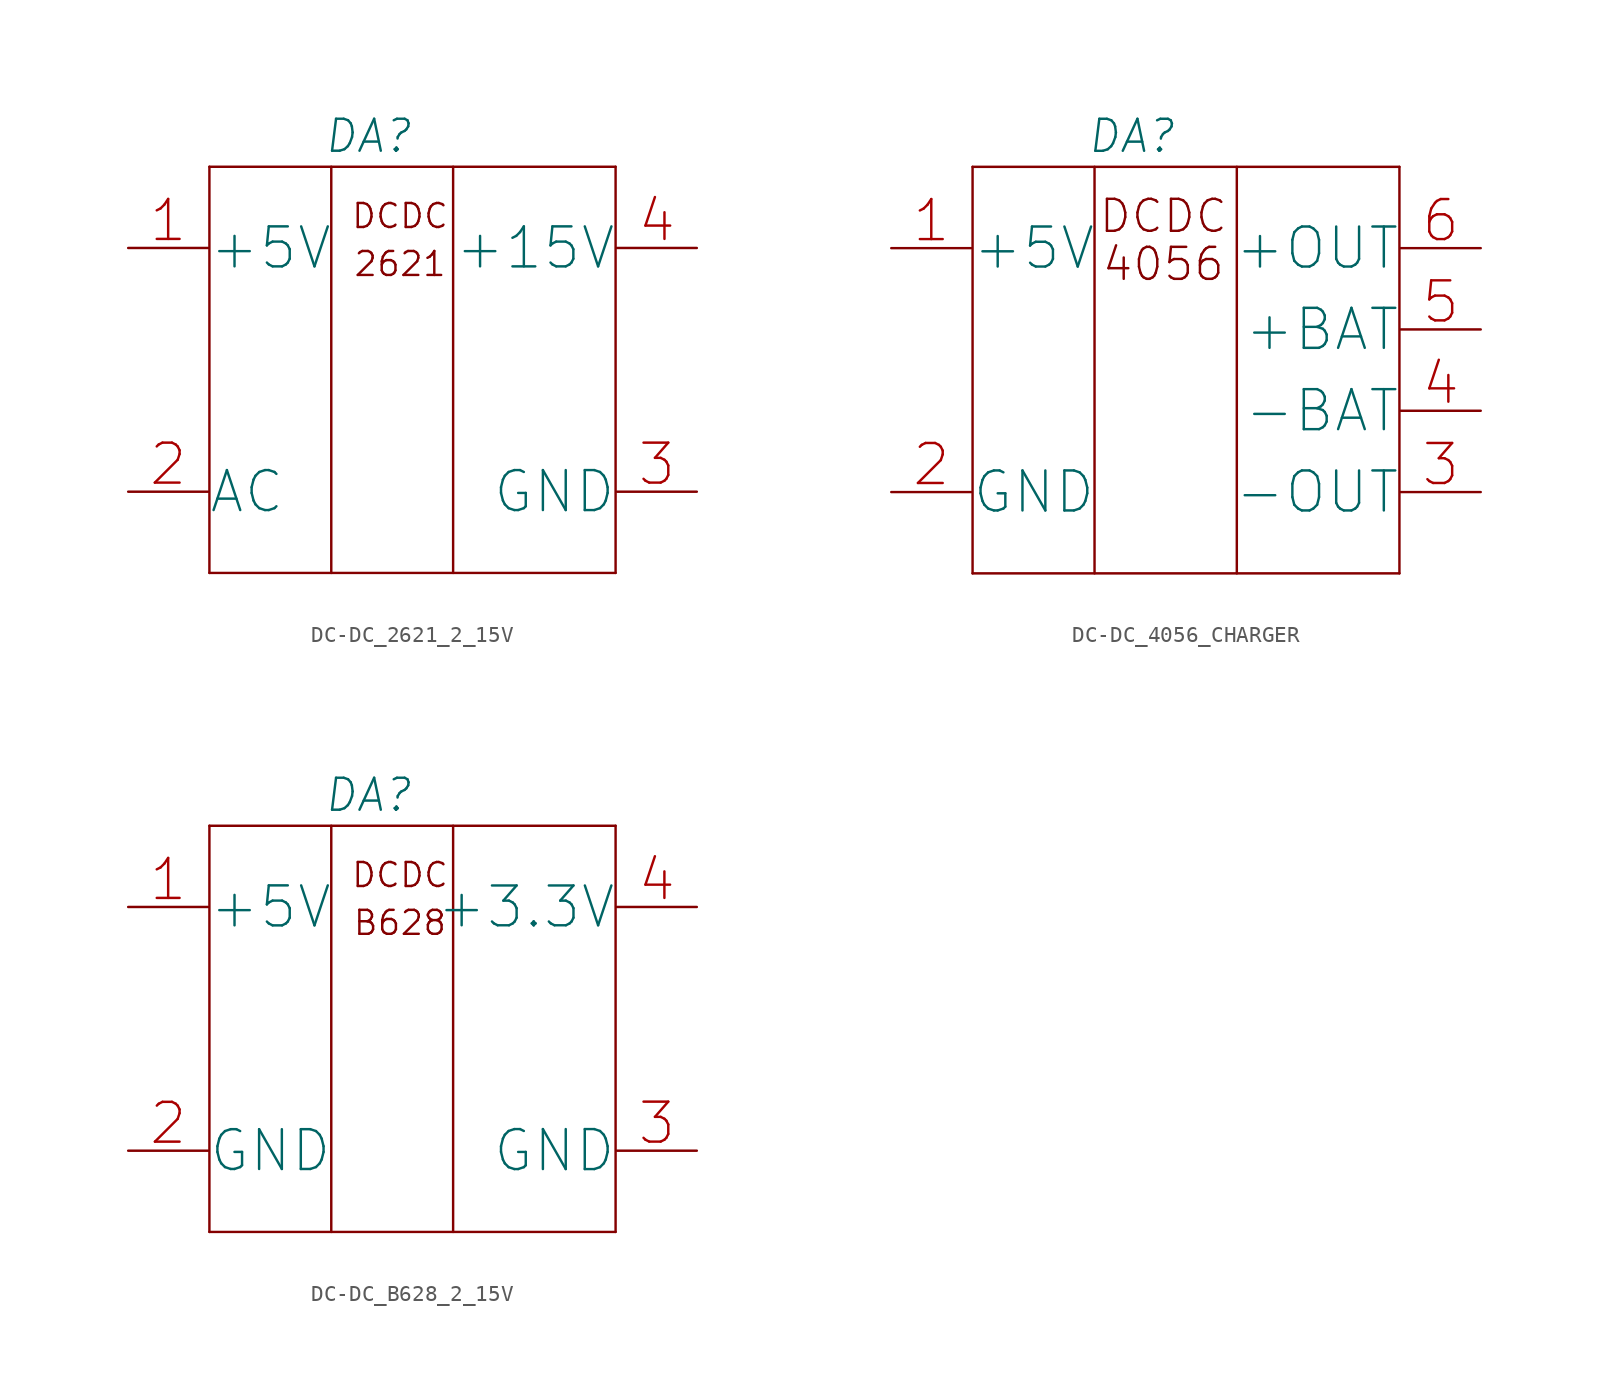
<source format=kicad_sym>
(kicad_symbol_lib
  (version 20201005)
  (generator kicad_symbol_editor)
  (symbol "power_modules:DC-DC_2621_2_15V"
    (pin_names
      (offset 0.002))
    (property "Reference" "DA"
      (at 15 7 0)
      (effects (font (size 2 2) italic)))
    (symbol "DC-DC_2621_2_15V_0_0"
      (text "DCDC" (at 17 2 0) (effects (font (size 1.5 1.5))))
      (text "2621" (at 17 -1 0) (effects (font (size 1.5 1.5))))
      (polyline (pts (xy 5.08 5.08) (xy 30.48 5.08)) (stroke (width 0)) (fill (type none)))
      (polyline (pts (xy 5.08 -20.32) (xy 30.48 -20.32)) (stroke (width 0)) (fill (type none)))
      (pin power_in line (at 0 0 0) (length 5) (name "+5V" (effects (font (size 2.5 2.5)))) (number "1" (effects (font (size 2.5 2.5))))))
    (symbol "DC-DC_2621_2_15V_0_1"
      (polyline (pts (xy 5.08 -20.32) (xy 5.08 5.08)) (stroke (width 0)) (fill (type none)))
      (polyline (pts (xy 12.7 5.08) (xy 12.7 -20.32)) (stroke (width 0)) (fill (type none)))
      (polyline (pts (xy 20.32 -20.32) (xy 20.32 5.08)) (stroke (width 0)) (fill (type none)))
      (polyline (pts (xy 30.48 5.08) (xy 30.48 -20.32)) (stroke (width 0)) (fill (type none))))
    (symbol "DC-DC_2621_2_15V_1_1"
      (pin power_in line (at 0 -15.24 0) (length 5) (name "AC" (effects (font (size 2.5 2.5)))) (number "2" (effects (font (size 2.5 2.5)))))
      (pin power_out line (at 35.56 0 180) (length 5) (name "+15V" (effects (font (size 2.5 2.5)))) (number "4" (effects (font (size 2.5 2.5)))))
      (pin power_out line (at 35.56 -15.24 180) (length 5) (name "GND" (effects (font (size 2.5 2.5)))) (number "3" (effects (font (size 2.5 2.5)))))))
  (symbol "power_modules:DC-DC_4056_CHARGER"
    (pin_names
      (offset 0.002))
    (property "Reference" "DA"
      (at 15 7 0)
      (effects (font (size 2 2) italic)))
    (symbol "DC-DC_4056_CHARGER_0_0"
      (text "DCDC" (at 17 2 0) (effects (font (size 2 2))))
      (text "4056" (at 17 -1 0) (effects (font (size 2 2))))
      (text "" (at 25 -5 0) (effects (font (size 1 1))))
      (text "" (at 33 0 0) (effects (font (size 1 1))))
      (text "" (at 34 0 0) (effects (font (size 1 1))))
      (polyline (pts (xy 5.08 5.08) (xy 31.75 5.08)) (stroke (width 0)) (fill (type none)))
      (polyline (pts (xy 5.08 -20.32) (xy 31.75 -20.32)) (stroke (width 0)) (fill (type none)))
      (pin power_in line (at 0 0 0) (length 5) (name "+5V" (effects (font (size 2.5 2.5)))) (number "1" (effects (font (size 2.5 2.5))))))
    (symbol "DC-DC_4056_CHARGER_0_1"
      (polyline (pts (xy 5.08 -20.32) (xy 5.08 5.08)) (stroke (width 0)) (fill (type none)))
      (polyline (pts (xy 12.7 5.08) (xy 12.7 -20.32)) (stroke (width 0)) (fill (type none)))
      (polyline (pts (xy 21.59 -20.32) (xy 21.59 5.08)) (stroke (width 0)) (fill (type none)))
      (polyline (pts (xy 31.75 5.08) (xy 31.75 -20.32)) (stroke (width 0)) (fill (type none))))
    (symbol "DC-DC_4056_CHARGER_1_1"
      (pin power_in line (at 0 -15.24 0) (length 5) (name "GND" (effects (font (size 2.5 2.5)))) (number "2" (effects (font (size 2.5 2.5)))))
      (pin power_out line (at 36.83 -5.08 180) (length 5) (name "+BAT" (effects (font (size 2.5 2.5)))) (number "5" (effects (font (size 2.5 2.5)))))
      (pin power_out line (at 36.83 0 180) (length 5) (name "+OUT" (effects (font (size 2.5 2.5)))) (number "6" (effects (font (size 2.5 2.5)))))
      (pin power_out line (at 36.83 -10.16 180) (length 5) (name "-BAT" (effects (font (size 2.5 2.5)))) (number "4" (effects (font (size 2.5 2.5)))))
      (pin power_out line (at 36.83 -15.24 180) (length 5) (name "-OUT" (effects (font (size 2.5 2.5)))) (number "3" (effects (font (size 2.5 2.5)))))))
  (symbol "power_modules:DC-DC_B628_2_15V"
    (pin_names
      (offset 0.002))
    (property "Reference" "DA"
      (at 15 7 0)
      (effects (font (size 2 2) italic)))
    (symbol "DC-DC_B628_2_15V_0_0"
      (text "DCDC" (at 17 2 0) (effects (font (size 1.5 1.5))))
      (text "B628" (at 16.993 -0.991 0) (effects (font (size 1.499 1.499))))
      (polyline (pts (xy 5.08 5.08) (xy 30.48 5.08)) (stroke (width 0)) (fill (type none)))
      (polyline (pts (xy 5.08 -20.32) (xy 30.48 -20.32)) (stroke (width 0)) (fill (type none)))
      (pin power_in line (at 0 0 0) (length 5) (name "+5V" (effects (font (size 2.5 2.5)))) (number "1" (effects (font (size 2.5 2.5))))))
    (symbol "DC-DC_B628_2_15V_0_1"
      (polyline (pts (xy 5.08 -20.32) (xy 5.08 5.08)) (stroke (width 0)) (fill (type none)))
      (polyline (pts (xy 12.7 5.08) (xy 12.7 -20.32)) (stroke (width 0)) (fill (type none)))
      (polyline (pts (xy 20.32 -20.32) (xy 20.32 5.08)) (stroke (width 0)) (fill (type none)))
      (polyline (pts (xy 30.48 5.08) (xy 30.48 -20.32)) (stroke (width 0)) (fill (type none))))
    (symbol "DC-DC_B628_2_15V_1_1"
      (pin power_in line (at 0 -15.24 0) (length 5.004) (name "GND" (effects (font (size 2.489 2.489)))) (number "2" (effects (font (size 2.489 2.489)))))
      (pin power_out line (at 35.56 0 180) (length 5.004) (name "+3.3V" (effects (font (size 2.489 2.489)))) (number "4" (effects (font (size 2.489 2.489)))))
      (pin power_out line (at 35.56 -15.24 180) (length 5) (name "GND" (effects (font (size 2.5 2.5)))) (number "3" (effects (font (size 2.5 2.5))))))))
</source>
